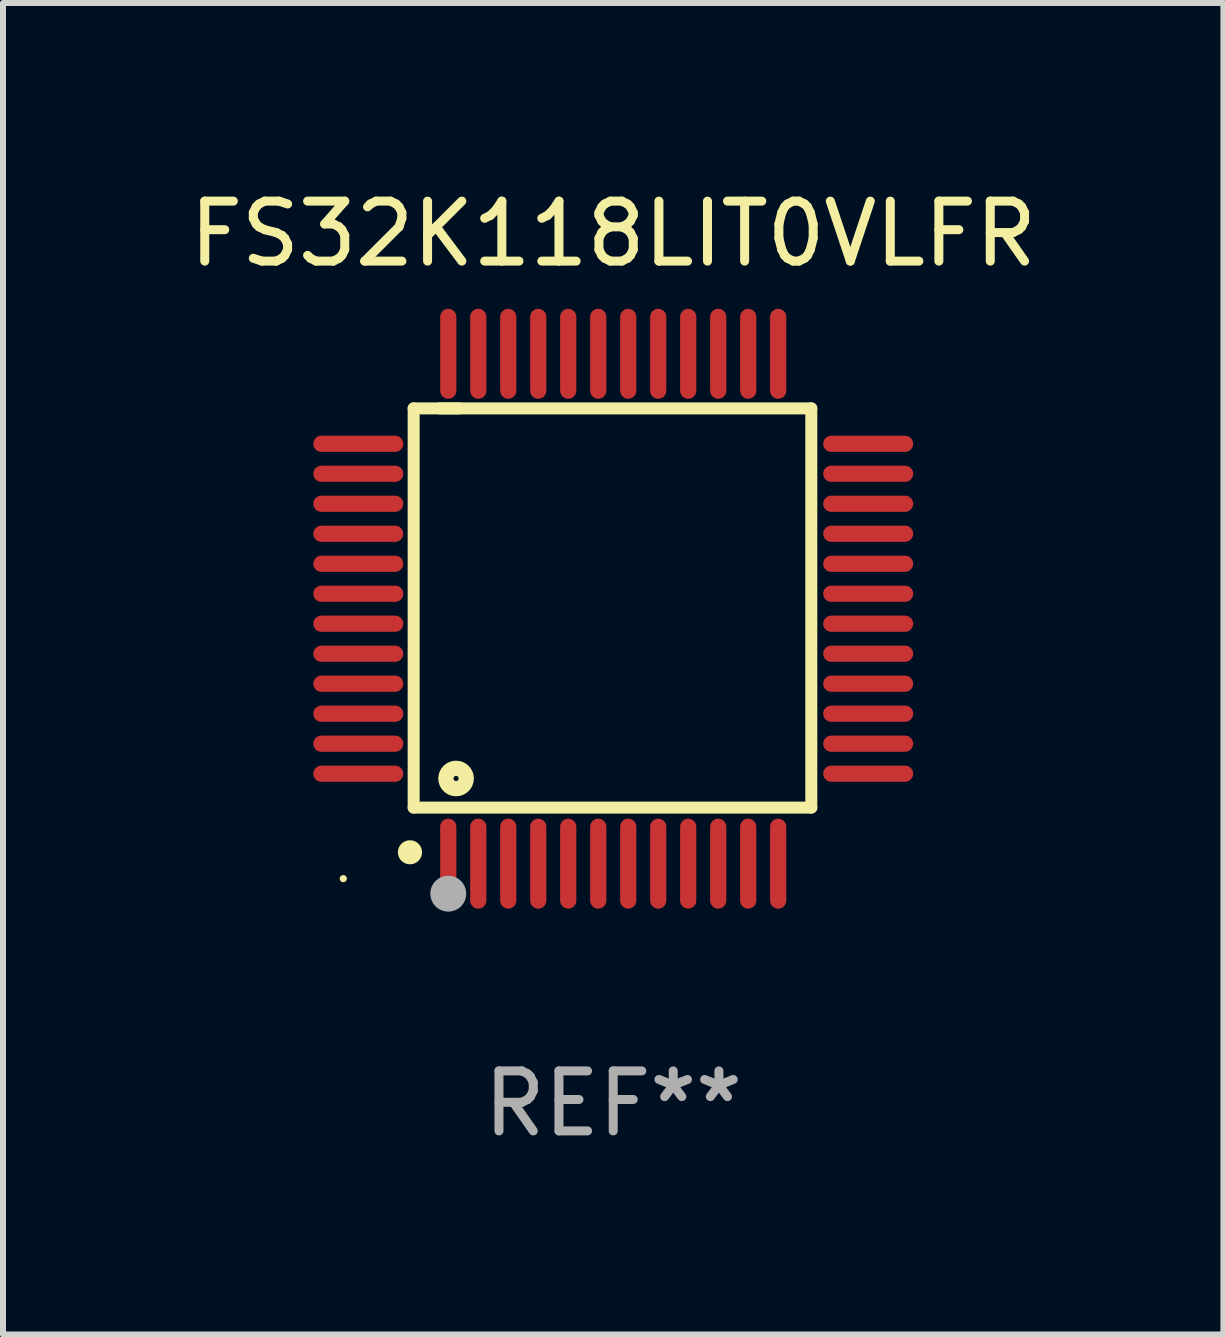
<source format=kicad_pcb>
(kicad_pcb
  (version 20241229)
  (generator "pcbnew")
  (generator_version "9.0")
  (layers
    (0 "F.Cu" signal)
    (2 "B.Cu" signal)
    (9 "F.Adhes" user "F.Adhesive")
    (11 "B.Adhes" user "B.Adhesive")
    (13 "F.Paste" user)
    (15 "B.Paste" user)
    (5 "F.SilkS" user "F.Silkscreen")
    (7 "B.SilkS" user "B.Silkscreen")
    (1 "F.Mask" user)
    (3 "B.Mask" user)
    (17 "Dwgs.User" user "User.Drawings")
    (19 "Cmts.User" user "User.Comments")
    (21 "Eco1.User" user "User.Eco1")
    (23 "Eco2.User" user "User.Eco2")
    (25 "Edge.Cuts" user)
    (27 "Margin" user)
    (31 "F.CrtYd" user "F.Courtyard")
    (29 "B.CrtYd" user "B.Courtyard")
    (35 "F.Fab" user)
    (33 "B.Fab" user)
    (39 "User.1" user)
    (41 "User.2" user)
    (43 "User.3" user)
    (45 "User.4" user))
  (footprint "FS32K118LIT0VLFR"
    (layer "F.Cu")
    (at 7.173 7.098)
    (property "Reference" "FS32K118LIT0VLFR" (at 0 -6.25 0) (layer "F.SilkS") (effects (font (size 1 1) (thickness 0.15))))
    (attr through_hole)
    (fp_line (start -3.327 -3.34) (end -2.565 -3.34) (stroke (width 0.2) (type solid)) (layer "F.SilkS"))
    (fp_line (start -3.327 3.315) (end -3.327 -3.34) (stroke (width 0.2) (type solid)) (layer "F.SilkS"))
    (fp_line (start -2.896 -3.34) (end 3.302 -3.34) (stroke (width 0.2) (type solid)) (layer "F.SilkS"))
    (fp_line (start 3.302 -3.34) (end 3.302 3.315) (stroke (width 0.2) (type solid)) (layer "F.SilkS"))
    (fp_line (start 3.302 3.315) (end -3.327 3.315) (stroke (width 0.2) (type solid)) (layer "F.SilkS"))
    (fp_arc (start -3.389992 4.059995) (mid -3.388722 4.059991) (end -3.387452 4.059995) (stroke (width 0.4) (type solid)) (layer "F.SilkS"))
    (fp_circle (center -4.5 4.5) (end -4.47 4.5) (stroke (width 0.06) (type solid)) (fill no) (layer "F.SilkS"))
    (fp_circle (center -2.62 2.83) (end -2.45 2.83) (stroke (width 0.254) (type solid)) (fill no) (layer "F.SilkS"))
    (fp_circle (center -2.75 4.75) (end -2.6 4.75) (stroke (width 0.3) (type solid)) (fill no) (layer "F.Fab"))
    (fp_text user "REF**" (at 0 8.25 0) (layer "F.Fab") (effects (font (size 1 1) (thickness 0.15))))
    (pad "1" smd oval (at -2.75 4.25) (size 0.27 1.5) (layers "F.Cu" "F.Mask" "F.Paste"))
    (pad "2" smd oval (at -2.25 4.25) (size 0.27 1.5) (layers "F.Cu" "F.Mask" "F.Paste"))
    (pad "3" smd oval (at -1.75 4.25) (size 0.27 1.5) (layers "F.Cu" "F.Mask" "F.Paste"))
    (pad "4" smd oval (at -1.25 4.25) (size 0.27 1.5) (layers "F.Cu" "F.Mask" "F.Paste"))
    (pad "5" smd oval (at -0.75 4.25) (size 0.27 1.5) (layers "F.Cu" "F.Mask" "F.Paste"))
    (pad "6" smd oval (at -0.25 4.25) (size 0.27 1.5) (layers "F.Cu" "F.Mask" "F.Paste"))
    (pad "7" smd oval (at 0.25 4.25) (size 0.27 1.5) (layers "F.Cu" "F.Mask" "F.Paste"))
    (pad "8" smd oval (at 0.75 4.25) (size 0.27 1.5) (layers "F.Cu" "F.Mask" "F.Paste"))
    (pad "9" smd oval (at 1.25 4.25) (size 0.27 1.5) (layers "F.Cu" "F.Mask" "F.Paste"))
    (pad "10" smd oval (at 1.75 4.25) (size 0.27 1.5) (layers "F.Cu" "F.Mask" "F.Paste"))
    (pad "11" smd oval (at 2.25 4.25) (size 0.27 1.5) (layers "F.Cu" "F.Mask" "F.Paste"))
    (pad "12" smd oval (at 2.75 4.25) (size 0.27 1.5) (layers "F.Cu" "F.Mask" "F.Paste"))
    (pad "13" smd oval (at 4.25 2.75) (size 1.5 0.27) (layers "F.Cu" "F.Mask" "F.Paste"))
    (pad "14" smd oval (at 4.25 2.25) (size 1.5 0.27) (layers "F.Cu" "F.Mask" "F.Paste"))
    (pad "15" smd oval (at 4.25 1.75) (size 1.5 0.27) (layers "F.Cu" "F.Mask" "F.Paste"))
    (pad "16" smd oval (at 4.25 1.25) (size 1.5 0.27) (layers "F.Cu" "F.Mask" "F.Paste"))
    (pad "17" smd oval (at 4.25 0.75) (size 1.5 0.27) (layers "F.Cu" "F.Mask" "F.Paste"))
    (pad "18" smd oval (at 4.25 0.25) (size 1.5 0.27) (layers "F.Cu" "F.Mask" "F.Paste"))
    (pad "19" smd oval (at 4.25 -0.25) (size 1.5 0.27) (layers "F.Cu" "F.Mask" "F.Paste"))
    (pad "20" smd oval (at 4.25 -0.75) (size 1.5 0.27) (layers "F.Cu" "F.Mask" "F.Paste"))
    (pad "21" smd oval (at 4.25 -1.25) (size 1.5 0.27) (layers "F.Cu" "F.Mask" "F.Paste"))
    (pad "22" smd oval (at 4.25 -1.75) (size 1.5 0.27) (layers "F.Cu" "F.Mask" "F.Paste"))
    (pad "23" smd oval (at 4.25 -2.25) (size 1.5 0.27) (layers "F.Cu" "F.Mask" "F.Paste"))
    (pad "24" smd oval (at 4.25 -2.75) (size 1.5 0.27) (layers "F.Cu" "F.Mask" "F.Paste"))
    (pad "25" smd oval (at 2.75 -4.25) (size 0.27 1.5) (layers "F.Cu" "F.Mask" "F.Paste"))
    (pad "26" smd oval (at 2.25 -4.25) (size 0.27 1.5) (layers "F.Cu" "F.Mask" "F.Paste"))
    (pad "27" smd oval (at 1.75 -4.25) (size 0.27 1.5) (layers "F.Cu" "F.Mask" "F.Paste"))
    (pad "28" smd oval (at 1.25 -4.25) (size 0.27 1.5) (layers "F.Cu" "F.Mask" "F.Paste"))
    (pad "29" smd oval (at 0.75 -4.25) (size 0.27 1.5) (layers "F.Cu" "F.Mask" "F.Paste"))
    (pad "30" smd oval (at 0.25 -4.25) (size 0.27 1.5) (layers "F.Cu" "F.Mask" "F.Paste"))
    (pad "31" smd oval (at -0.25 -4.25) (size 0.27 1.5) (layers "F.Cu" "F.Mask" "F.Paste"))
    (pad "32" smd oval (at -0.75 -4.25) (size 0.27 1.5) (layers "F.Cu" "F.Mask" "F.Paste"))
    (pad "33" smd oval (at -1.25 -4.25) (size 0.27 1.5) (layers "F.Cu" "F.Mask" "F.Paste"))
    (pad "34" smd oval (at -1.75 -4.25) (size 0.27 1.5) (layers "F.Cu" "F.Mask" "F.Paste"))
    (pad "35" smd oval (at -2.25 -4.25) (size 0.27 1.5) (layers "F.Cu" "F.Mask" "F.Paste"))
    (pad "36" smd oval (at -2.75 -4.25) (size 0.27 1.5) (layers "F.Cu" "F.Mask" "F.Paste"))
    (pad "37" smd oval (at -4.25 -2.75) (size 1.5 0.27) (layers "F.Cu" "F.Mask" "F.Paste"))
    (pad "38" smd oval (at -4.25 -2.25) (size 1.5 0.27) (layers "F.Cu" "F.Mask" "F.Paste"))
    (pad "39" smd oval (at -4.25 -1.75) (size 1.5 0.27) (layers "F.Cu" "F.Mask" "F.Paste"))
    (pad "40" smd oval (at -4.25 -1.25) (size 1.5 0.27) (layers "F.Cu" "F.Mask" "F.Paste"))
    (pad "41" smd oval (at -4.25 -0.75) (size 1.5 0.27) (layers "F.Cu" "F.Mask" "F.Paste"))
    (pad "42" smd oval (at -4.25 -0.25) (size 1.5 0.27) (layers "F.Cu" "F.Mask" "F.Paste"))
    (pad "43" smd oval (at -4.25 0.25) (size 1.5 0.27) (layers "F.Cu" "F.Mask" "F.Paste"))
    (pad "44" smd oval (at -4.25 0.75) (size 1.5 0.27) (layers "F.Cu" "F.Mask" "F.Paste"))
    (pad "45" smd oval (at -4.25 1.25) (size 1.5 0.27) (layers "F.Cu" "F.Mask" "F.Paste"))
    (pad "46" smd oval (at -4.25 1.75) (size 1.5 0.27) (layers "F.Cu" "F.Mask" "F.Paste"))
    (pad "47" smd oval (at -4.25 2.25) (size 1.5 0.27) (layers "F.Cu" "F.Mask" "F.Paste"))
    (pad "48" smd oval (at -4.25 2.75) (size 1.5 0.27) (layers "F.Cu" "F.Mask" "F.Paste")))
  (gr_rect
    (start -3 -3)
    (end 17.345 19.196)
    (stroke (width 0.1) (type default))
    (fill no)
    (layer "Edge.Cuts")))
</source>
